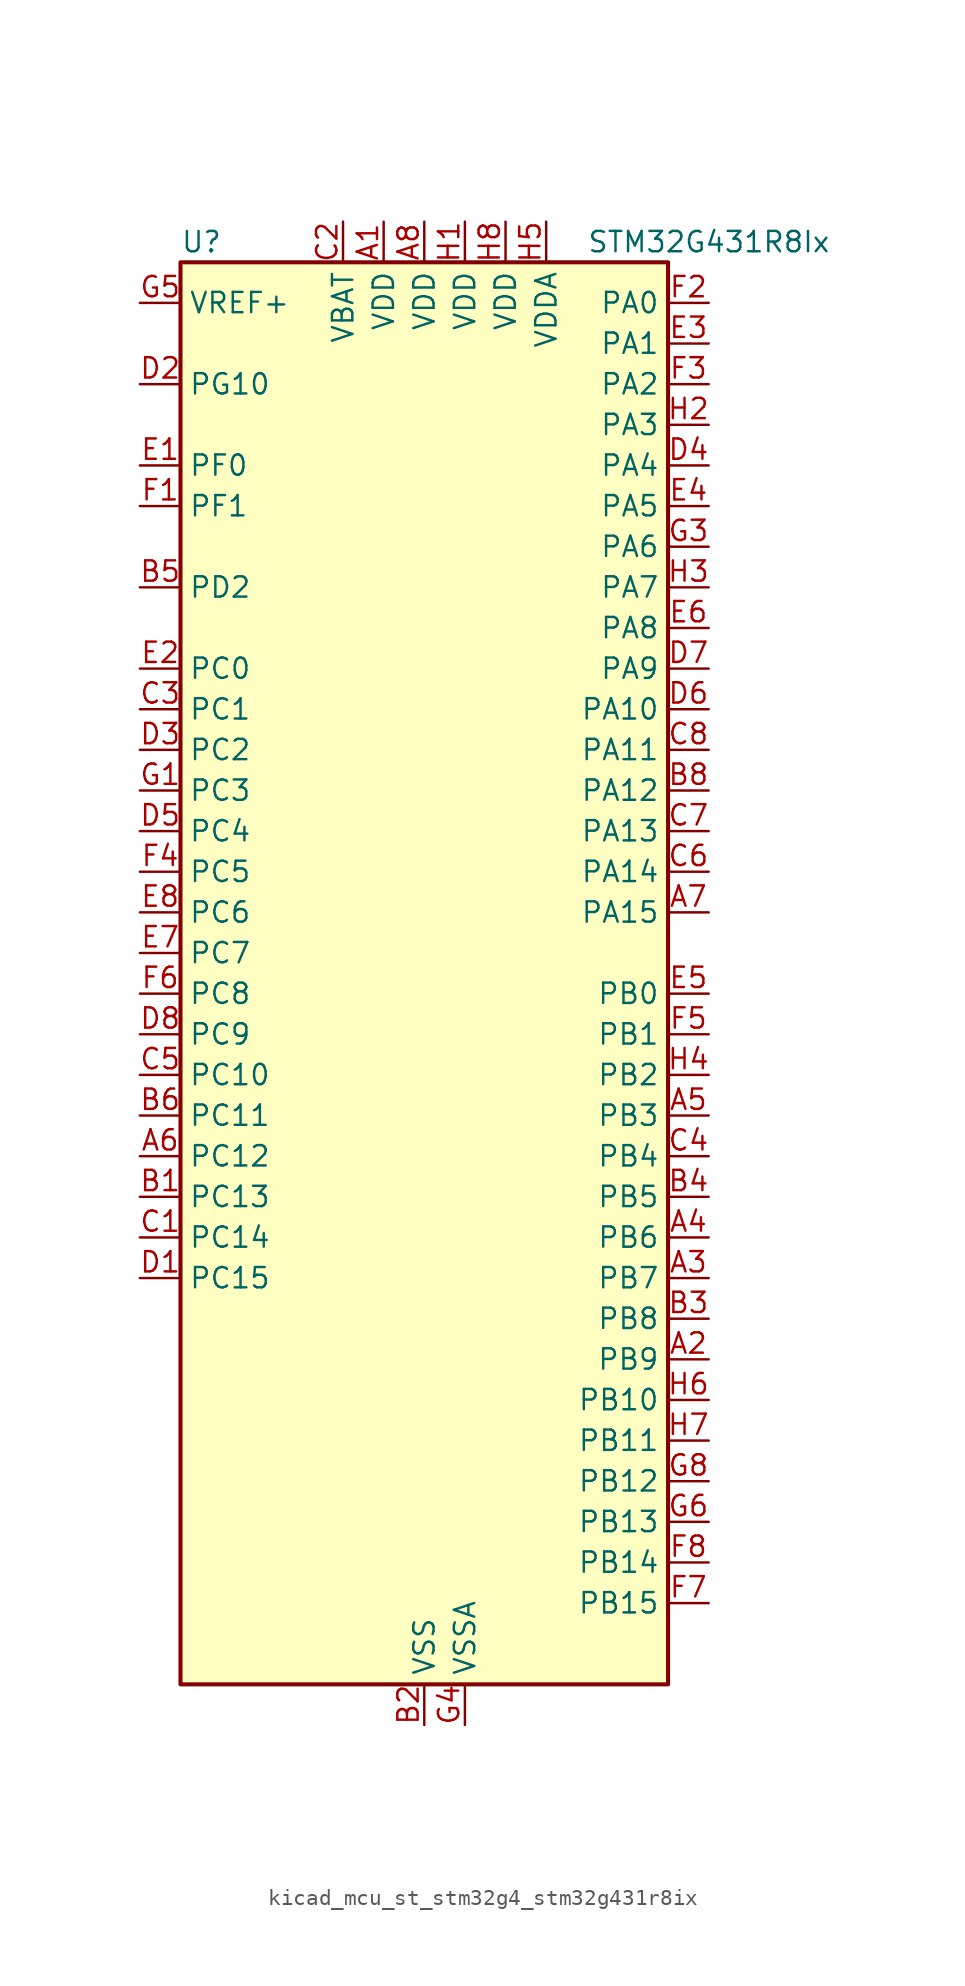
<source format=kicad_sym>
(kicad_symbol_lib
  (version 20220914)
  (generator kicad_symbol_editor)
  (symbol "kicad_mcu_st_stm32g4_stm32g431r8ix"
    (property "Reference" "U"
      (at -15.24 46.99 0)
      (effects (font (size 1.27 1.27)) (justify left)))
    (property "Value" "STM32G431R8Ix"
      (at 10.16 46.99 0)
      (effects (font (size 1.27 1.27)) (justify left)))
    (property "ki_locked" ""
      (at 0 0 0)
      (effects (font (size 1.27 1.27))))
    (symbol "kicad_mcu_st_stm32g4_stm32g431r8ix_0_1"
      (rectangle (start -15.24 -43.18) (end 15.24 45.72) (stroke (width 0.254) (type default)) (fill (type background))))
    (symbol "kicad_mcu_st_stm32g4_stm32g431r8ix_1_1"
      (pin power_in line (at -2.54 48.26 270) (length 2.54) (name "VDD" (effects (font (size 1.27 1.27)))) (number "A1" (effects (font (size 1.27 1.27)))))
      (pin bidirectional line (at 17.78 -22.86 180) (length 2.54) (name "PB9" (effects (font (size 1.27 1.27)))) (number "A2" (effects (font (size 1.27 1.27)))) (alternate "COMP2_OUT" bidirectional line) (alternate "DAC1_EXTI9" bidirectional line) (alternate "DAC3_EXTI9" bidirectional line) (alternate "FDCAN1_TX" bidirectional line) (alternate "I2C1_SDA" bidirectional line) (alternate "IR_OUT" bidirectional line) (alternate "SAI1_D2" bidirectional line) (alternate "SAI1_FS_A" bidirectional line) (alternate "TIM17_CH1" bidirectional line) (alternate "TIM1_CH3N" bidirectional line) (alternate "TIM4_CH4" bidirectional line) (alternate "TIM8_CH3" bidirectional line) (alternate "USART3_TX" bidirectional line))
      (pin bidirectional line (at 17.78 -17.78 180) (length 2.54) (name "PB7" (effects (font (size 1.27 1.27)))) (number "A3" (effects (font (size 1.27 1.27)))) (alternate "COMP3_OUT" bidirectional line) (alternate "I2C1_SDA" bidirectional line) (alternate "LPTIM1_IN2" bidirectional line) (alternate "SYS_PVD_IN" bidirectional line) (alternate "TIM17_CH1N" bidirectional line) (alternate "TIM3_CH4" bidirectional line) (alternate "TIM4_CH2" bidirectional line) (alternate "TIM8_BKIN" bidirectional line) (alternate "UART4_CTS" bidirectional line) (alternate "USART1_RX" bidirectional line))
      (pin bidirectional line (at 17.78 -15.24 180) (length 2.54) (name "PB6" (effects (font (size 1.27 1.27)))) (number "A4" (effects (font (size 1.27 1.27)))) (alternate "COMP4_OUT" bidirectional line) (alternate "LPTIM1_ETR" bidirectional line) (alternate "SAI1_FS_B" bidirectional line) (alternate "TIM16_CH1N" bidirectional line) (alternate "TIM4_CH1" bidirectional line) (alternate "TIM8_BKIN2" bidirectional line) (alternate "TIM8_CH1" bidirectional line) (alternate "TIM8_ETR" bidirectional line) (alternate "UCPD1_CC1" bidirectional line) (alternate "USART1_TX" bidirectional line))
      (pin bidirectional line (at 17.78 -7.62 180) (length 2.54) (name "PB3" (effects (font (size 1.27 1.27)))) (number "A5" (effects (font (size 1.27 1.27)))) (alternate "CRS_SYNC" bidirectional line) (alternate "I2S3_CK" bidirectional line) (alternate "SAI1_SCK_B" bidirectional line) (alternate "SPI1_SCK" bidirectional line) (alternate "SPI3_SCK" bidirectional line) (alternate "SYS_JTDO-SWO" bidirectional line) (alternate "TIM2_CH2" bidirectional line) (alternate "TIM3_ETR" bidirectional line) (alternate "TIM4_ETR" bidirectional line) (alternate "TIM8_CH1N" bidirectional line) (alternate "USART2_TX" bidirectional line))
      (pin bidirectional line (at -17.78 -10.16 0) (length 2.54) (name "PC12" (effects (font (size 1.27 1.27)))) (number "A6" (effects (font (size 1.27 1.27)))) (alternate "I2S3_SD" bidirectional line) (alternate "SPI3_MOSI" bidirectional line) (alternate "TIM8_CH3N" bidirectional line) (alternate "UCPD1_FRSTX1" bidirectional line) (alternate "UCPD1_FRSTX2" bidirectional line) (alternate "USART3_CK" bidirectional line))
      (pin bidirectional line (at 17.78 5.08 180) (length 2.54) (name "PA15" (effects (font (size 1.27 1.27)))) (number "A7" (effects (font (size 1.27 1.27)))) (alternate "ADC1_EXTI15" bidirectional line) (alternate "ADC2_EXTI15" bidirectional line) (alternate "I2C1_SCL" bidirectional line) (alternate "I2S3_WS" bidirectional line) (alternate "SPI1_NSS" bidirectional line) (alternate "SPI3_NSS" bidirectional line) (alternate "SYS_JTDI" bidirectional line) (alternate "TIM1_BKIN" bidirectional line) (alternate "TIM2_CH1" bidirectional line) (alternate "TIM2_ETR" bidirectional line) (alternate "TIM8_CH1" bidirectional line) (alternate "UART4_DE" bidirectional line) (alternate "UART4_RTS" bidirectional line) (alternate "USART2_RX" bidirectional line))
      (pin power_in line (at 0 48.26 270) (length 2.54) (name "VDD" (effects (font (size 1.27 1.27)))) (number "A8" (effects (font (size 1.27 1.27)))))
      (pin bidirectional line (at -17.78 -12.7 0) (length 2.54) (name "PC13" (effects (font (size 1.27 1.27)))) (number "B1" (effects (font (size 1.27 1.27)))) (alternate "RTC_OUT1" bidirectional line) (alternate "RTC_TAMP1" bidirectional line) (alternate "RTC_TS" bidirectional line) (alternate "SYS_WKUP2" bidirectional line) (alternate "TIM1_BKIN" bidirectional line) (alternate "TIM1_CH1N" bidirectional line) (alternate "TIM8_CH4N" bidirectional line))
      (pin power_in line (at 0 -45.72 90) (length 2.54) (name "VSS" (effects (font (size 1.27 1.27)))) (number "B2" (effects (font (size 1.27 1.27)))))
      (pin bidirectional line (at 17.78 -20.32 180) (length 2.54) (name "PB8" (effects (font (size 1.27 1.27)))) (number "B3" (effects (font (size 1.27 1.27)))) (alternate "COMP1_OUT" bidirectional line) (alternate "FDCAN1_RX" bidirectional line) (alternate "I2C1_SCL" bidirectional line) (alternate "SAI1_CK1" bidirectional line) (alternate "SAI1_MCLK_A" bidirectional line) (alternate "TIM16_CH1" bidirectional line) (alternate "TIM1_BKIN" bidirectional line) (alternate "TIM4_CH3" bidirectional line) (alternate "TIM8_CH2" bidirectional line) (alternate "USART3_RX" bidirectional line))
      (pin bidirectional line (at 17.78 -12.7 180) (length 2.54) (name "PB5" (effects (font (size 1.27 1.27)))) (number "B4" (effects (font (size 1.27 1.27)))) (alternate "I2C1_SMBA" bidirectional line) (alternate "I2C3_SDA" bidirectional line) (alternate "I2S3_SD" bidirectional line) (alternate "LPTIM1_IN1" bidirectional line) (alternate "SAI1_SD_B" bidirectional line) (alternate "SPI1_MOSI" bidirectional line) (alternate "SPI3_MOSI" bidirectional line) (alternate "TIM16_BKIN" bidirectional line) (alternate "TIM17_CH1" bidirectional line) (alternate "TIM3_CH2" bidirectional line) (alternate "TIM8_CH3N" bidirectional line) (alternate "USART2_CK" bidirectional line))
      (pin bidirectional line (at -17.78 25.4 0) (length 2.54) (name "PD2" (effects (font (size 1.27 1.27)))) (number "B5" (effects (font (size 1.27 1.27)))) (alternate "TIM3_ETR" bidirectional line) (alternate "TIM8_BKIN" bidirectional line))
      (pin bidirectional line (at -17.78 -7.62 0) (length 2.54) (name "PC11" (effects (font (size 1.27 1.27)))) (number "B6" (effects (font (size 1.27 1.27)))) (alternate "ADC1_EXTI11" bidirectional line) (alternate "ADC2_EXTI11" bidirectional line) (alternate "I2C3_SDA" bidirectional line) (alternate "SPI3_MISO" bidirectional line) (alternate "TIM8_CH2N" bidirectional line) (alternate "UART4_RX" bidirectional line) (alternate "USART3_RX" bidirectional line))
      (pin passive line (at 0 -45.72 90) (length 2.54) hide (name "VSS" (effects (font (size 1.27 1.27)))) (number "B7" (effects (font (size 1.27 1.27)))))
      (pin bidirectional line (at 17.78 12.7 180) (length 2.54) (name "PA12" (effects (font (size 1.27 1.27)))) (number "B8" (effects (font (size 1.27 1.27)))) (alternate "COMP2_OUT" bidirectional line) (alternate "FDCAN1_TX" bidirectional line) (alternate "I2S_CKIN" bidirectional line) (alternate "TIM16_CH1" bidirectional line) (alternate "TIM1_CH2N" bidirectional line) (alternate "TIM1_ETR" bidirectional line) (alternate "TIM4_CH2" bidirectional line) (alternate "USART1_DE" bidirectional line) (alternate "USART1_RTS" bidirectional line) (alternate "USB_DP" bidirectional line))
      (pin bidirectional line (at -17.78 -15.24 0) (length 2.54) (name "PC14" (effects (font (size 1.27 1.27)))) (number "C1" (effects (font (size 1.27 1.27)))) (alternate "RCC_OSC32_IN" bidirectional line))
      (pin power_in line (at -5.08 48.26 270) (length 2.54) (name "VBAT" (effects (font (size 1.27 1.27)))) (number "C2" (effects (font (size 1.27 1.27)))))
      (pin bidirectional line (at -17.78 17.78 0) (length 2.54) (name "PC1" (effects (font (size 1.27 1.27)))) (number "C3" (effects (font (size 1.27 1.27)))) (alternate "ADC1_IN7" bidirectional line) (alternate "ADC2_IN7" bidirectional line) (alternate "COMP3_INP" bidirectional line) (alternate "LPTIM1_OUT" bidirectional line) (alternate "LPUART1_TX" bidirectional line) (alternate "SAI1_SD_A" bidirectional line) (alternate "TIM1_CH2" bidirectional line))
      (pin bidirectional line (at 17.78 -10.16 180) (length 2.54) (name "PB4" (effects (font (size 1.27 1.27)))) (number "C4" (effects (font (size 1.27 1.27)))) (alternate "SAI1_MCLK_B" bidirectional line) (alternate "SPI1_MISO" bidirectional line) (alternate "SPI3_MISO" bidirectional line) (alternate "SYS_JTRST" bidirectional line) (alternate "TIM16_CH1" bidirectional line) (alternate "TIM17_BKIN" bidirectional line) (alternate "TIM3_CH1" bidirectional line) (alternate "TIM8_CH2N" bidirectional line) (alternate "UCPD1_CC2" bidirectional line) (alternate "USART2_RX" bidirectional line))
      (pin bidirectional line (at -17.78 -5.08 0) (length 2.54) (name "PC10" (effects (font (size 1.27 1.27)))) (number "C5" (effects (font (size 1.27 1.27)))) (alternate "DAC1_EXTI10" bidirectional line) (alternate "DAC3_EXTI10" bidirectional line) (alternate "I2S3_CK" bidirectional line) (alternate "SPI3_SCK" bidirectional line) (alternate "TIM8_CH1N" bidirectional line) (alternate "UART4_TX" bidirectional line) (alternate "USART3_TX" bidirectional line))
      (pin bidirectional line (at 17.78 7.62 180) (length 2.54) (name "PA14" (effects (font (size 1.27 1.27)))) (number "C6" (effects (font (size 1.27 1.27)))) (alternate "I2C1_SDA" bidirectional line) (alternate "LPTIM1_OUT" bidirectional line) (alternate "SAI1_FS_B" bidirectional line) (alternate "SYS_JTCK-SWCLK" bidirectional line) (alternate "TIM1_BKIN" bidirectional line) (alternate "TIM8_CH2" bidirectional line) (alternate "USART2_TX" bidirectional line))
      (pin bidirectional line (at 17.78 10.16 180) (length 2.54) (name "PA13" (effects (font (size 1.27 1.27)))) (number "C7" (effects (font (size 1.27 1.27)))) (alternate "I2C1_SCL" bidirectional line) (alternate "IR_OUT" bidirectional line) (alternate "SAI1_SD_B" bidirectional line) (alternate "SYS_JTMS-SWDIO" bidirectional line) (alternate "TIM16_CH1N" bidirectional line) (alternate "TIM4_CH3" bidirectional line) (alternate "USART3_CTS" bidirectional line) (alternate "USART3_NSS" bidirectional line))
      (pin bidirectional line (at 17.78 15.24 180) (length 2.54) (name "PA11" (effects (font (size 1.27 1.27)))) (number "C8" (effects (font (size 1.27 1.27)))) (alternate "ADC1_EXTI11" bidirectional line) (alternate "ADC2_EXTI11" bidirectional line) (alternate "COMP1_OUT" bidirectional line) (alternate "FDCAN1_RX" bidirectional line) (alternate "I2S2_SD" bidirectional line) (alternate "SPI2_MOSI" bidirectional line) (alternate "TIM1_BKIN2" bidirectional line) (alternate "TIM1_CH1N" bidirectional line) (alternate "TIM1_CH4" bidirectional line) (alternate "TIM4_CH1" bidirectional line) (alternate "USART1_CTS" bidirectional line) (alternate "USART1_NSS" bidirectional line) (alternate "USB_DM" bidirectional line))
      (pin bidirectional line (at -17.78 -17.78 0) (length 2.54) (name "PC15" (effects (font (size 1.27 1.27)))) (number "D1" (effects (font (size 1.27 1.27)))) (alternate "ADC1_EXTI15" bidirectional line) (alternate "ADC2_EXTI15" bidirectional line) (alternate "RCC_OSC32_OUT" bidirectional line))
      (pin bidirectional line (at -17.78 38.1 0) (length 2.54) (name "PG10" (effects (font (size 1.27 1.27)))) (number "D2" (effects (font (size 1.27 1.27)))) (alternate "DAC1_EXTI10" bidirectional line) (alternate "DAC3_EXTI10" bidirectional line) (alternate "RCC_MCO" bidirectional line))
      (pin bidirectional line (at -17.78 15.24 0) (length 2.54) (name "PC2" (effects (font (size 1.27 1.27)))) (number "D3" (effects (font (size 1.27 1.27)))) (alternate "ADC1_IN8" bidirectional line) (alternate "ADC2_IN8" bidirectional line) (alternate "COMP3_OUT" bidirectional line) (alternate "LPTIM1_IN2" bidirectional line) (alternate "TIM1_CH3" bidirectional line))
      (pin bidirectional line (at 17.78 33.02 180) (length 2.54) (name "PA4" (effects (font (size 1.27 1.27)))) (number "D4" (effects (font (size 1.27 1.27)))) (alternate "ADC2_IN17" bidirectional line) (alternate "COMP1_INM" bidirectional line) (alternate "DAC1_OUT1" bidirectional line) (alternate "I2S3_WS" bidirectional line) (alternate "SAI1_FS_B" bidirectional line) (alternate "SPI1_NSS" bidirectional line) (alternate "SPI3_NSS" bidirectional line) (alternate "TIM3_CH2" bidirectional line) (alternate "USART2_CK" bidirectional line))
      (pin bidirectional line (at -17.78 10.16 0) (length 2.54) (name "PC4" (effects (font (size 1.27 1.27)))) (number "D5" (effects (font (size 1.27 1.27)))) (alternate "ADC2_IN5" bidirectional line) (alternate "I2C2_SCL" bidirectional line) (alternate "TIM1_ETR" bidirectional line) (alternate "USART1_TX" bidirectional line))
      (pin bidirectional line (at 17.78 17.78 180) (length 2.54) (name "PA10" (effects (font (size 1.27 1.27)))) (number "D6" (effects (font (size 1.27 1.27)))) (alternate "CRS_SYNC" bidirectional line) (alternate "DAC1_EXTI10" bidirectional line) (alternate "DAC3_EXTI10" bidirectional line) (alternate "I2C2_SMBA" bidirectional line) (alternate "SAI1_D1" bidirectional line) (alternate "SAI1_SD_A" bidirectional line) (alternate "SPI2_MISO" bidirectional line) (alternate "TIM17_BKIN" bidirectional line) (alternate "TIM1_CH3" bidirectional line) (alternate "TIM2_CH4" bidirectional line) (alternate "TIM8_BKIN" bidirectional line) (alternate "UCPD1_DBCC2" bidirectional line) (alternate "USART1_RX" bidirectional line))
      (pin bidirectional line (at 17.78 20.32 180) (length 2.54) (name "PA9" (effects (font (size 1.27 1.27)))) (number "D7" (effects (font (size 1.27 1.27)))) (alternate "DAC1_EXTI9" bidirectional line) (alternate "DAC3_EXTI9" bidirectional line) (alternate "I2C2_SCL" bidirectional line) (alternate "I2C3_SMBA" bidirectional line) (alternate "I2S3_MCK" bidirectional line) (alternate "SAI1_FS_A" bidirectional line) (alternate "TIM15_BKIN" bidirectional line) (alternate "TIM1_CH2" bidirectional line) (alternate "TIM2_CH3" bidirectional line) (alternate "UCPD1_DBCC1" bidirectional line) (alternate "USART1_TX" bidirectional line))
      (pin bidirectional line (at -17.78 -2.54 0) (length 2.54) (name "PC9" (effects (font (size 1.27 1.27)))) (number "D8" (effects (font (size 1.27 1.27)))) (alternate "DAC1_EXTI9" bidirectional line) (alternate "DAC3_EXTI9" bidirectional line) (alternate "I2C3_SDA" bidirectional line) (alternate "I2S_CKIN" bidirectional line) (alternate "TIM3_CH4" bidirectional line) (alternate "TIM8_BKIN2" bidirectional line) (alternate "TIM8_CH4" bidirectional line))
      (pin bidirectional line (at -17.78 33.02 0) (length 2.54) (name "PF0" (effects (font (size 1.27 1.27)))) (number "E1" (effects (font (size 1.27 1.27)))) (alternate "ADC1_IN10" bidirectional line) (alternate "I2C2_SDA" bidirectional line) (alternate "I2S2_WS" bidirectional line) (alternate "RCC_OSC_IN" bidirectional line) (alternate "SPI2_NSS" bidirectional line) (alternate "TIM1_CH3N" bidirectional line))
      (pin bidirectional line (at -17.78 20.32 0) (length 2.54) (name "PC0" (effects (font (size 1.27 1.27)))) (number "E2" (effects (font (size 1.27 1.27)))) (alternate "ADC1_IN6" bidirectional line) (alternate "ADC2_IN6" bidirectional line) (alternate "COMP3_INM" bidirectional line) (alternate "LPTIM1_IN1" bidirectional line) (alternate "LPUART1_RX" bidirectional line) (alternate "TIM1_CH1" bidirectional line))
      (pin bidirectional line (at 17.78 40.64 180) (length 2.54) (name "PA1" (effects (font (size 1.27 1.27)))) (number "E3" (effects (font (size 1.27 1.27)))) (alternate "ADC1_IN2" bidirectional line) (alternate "ADC2_IN2" bidirectional line) (alternate "COMP1_INP" bidirectional line) (alternate "OPAMP1_VINP" bidirectional line) (alternate "OPAMP1_VINP_SEC" bidirectional line) (alternate "OPAMP3_VINP" bidirectional line) (alternate "OPAMP3_VINP_SEC" bidirectional line) (alternate "RTC_REFIN" bidirectional line) (alternate "TIM15_CH1N" bidirectional line) (alternate "TIM2_CH2" bidirectional line) (alternate "USART2_DE" bidirectional line) (alternate "USART2_RTS" bidirectional line))
      (pin bidirectional line (at 17.78 30.48 180) (length 2.54) (name "PA5" (effects (font (size 1.27 1.27)))) (number "E4" (effects (font (size 1.27 1.27)))) (alternate "ADC2_IN13" bidirectional line) (alternate "COMP2_INM" bidirectional line) (alternate "DAC1_OUT2" bidirectional line) (alternate "OPAMP2_VINM" bidirectional line) (alternate "OPAMP2_VINM0" bidirectional line) (alternate "OPAMP2_VINM_SEC" bidirectional line) (alternate "SPI1_SCK" bidirectional line) (alternate "TIM2_CH1" bidirectional line) (alternate "TIM2_ETR" bidirectional line) (alternate "UCPD1_FRSTX1" bidirectional line) (alternate "UCPD1_FRSTX2" bidirectional line))
      (pin bidirectional line (at 17.78 0 180) (length 2.54) (name "PB0" (effects (font (size 1.27 1.27)))) (number "E5" (effects (font (size 1.27 1.27)))) (alternate "ADC1_IN15" bidirectional line) (alternate "COMP4_INP" bidirectional line) (alternate "OPAMP2_VINP" bidirectional line) (alternate "OPAMP2_VINP_SEC" bidirectional line) (alternate "OPAMP3_VINP" bidirectional line) (alternate "OPAMP3_VINP_SEC" bidirectional line) (alternate "TIM1_CH2N" bidirectional line) (alternate "TIM3_CH3" bidirectional line) (alternate "TIM8_CH2N" bidirectional line) (alternate "UCPD1_FRSTX1" bidirectional line) (alternate "UCPD1_FRSTX2" bidirectional line))
      (pin bidirectional line (at 17.78 22.86 180) (length 2.54) (name "PA8" (effects (font (size 1.27 1.27)))) (number "E6" (effects (font (size 1.27 1.27)))) (alternate "I2C2_SDA" bidirectional line) (alternate "I2C3_SCL" bidirectional line) (alternate "I2S2_MCK" bidirectional line) (alternate "RCC_MCO" bidirectional line) (alternate "SAI1_CK2" bidirectional line) (alternate "SAI1_SCK_A" bidirectional line) (alternate "TIM1_CH1" bidirectional line) (alternate "TIM4_ETR" bidirectional line) (alternate "USART1_CK" bidirectional line))
      (pin bidirectional line (at -17.78 2.54 0) (length 2.54) (name "PC7" (effects (font (size 1.27 1.27)))) (number "E7" (effects (font (size 1.27 1.27)))) (alternate "I2S3_MCK" bidirectional line) (alternate "TIM3_CH2" bidirectional line) (alternate "TIM8_CH2" bidirectional line))
      (pin bidirectional line (at -17.78 5.08 0) (length 2.54) (name "PC6" (effects (font (size 1.27 1.27)))) (number "E8" (effects (font (size 1.27 1.27)))) (alternate "I2S2_MCK" bidirectional line) (alternate "TIM3_CH1" bidirectional line) (alternate "TIM8_CH1" bidirectional line))
      (pin bidirectional line (at -17.78 30.48 0) (length 2.54) (name "PF1" (effects (font (size 1.27 1.27)))) (number "F1" (effects (font (size 1.27 1.27)))) (alternate "ADC2_IN10" bidirectional line) (alternate "COMP3_INM" bidirectional line) (alternate "I2S2_CK" bidirectional line) (alternate "RCC_OSC_OUT" bidirectional line) (alternate "SPI2_SCK" bidirectional line))
      (pin bidirectional line (at 17.78 43.18 180) (length 2.54) (name "PA0" (effects (font (size 1.27 1.27)))) (number "F2" (effects (font (size 1.27 1.27)))) (alternate "ADC1_IN1" bidirectional line) (alternate "ADC2_IN1" bidirectional line) (alternate "COMP1_INM" bidirectional line) (alternate "COMP1_OUT" bidirectional line) (alternate "COMP3_INP" bidirectional line) (alternate "RTC_TAMP2" bidirectional line) (alternate "SYS_WKUP1" bidirectional line) (alternate "TIM2_CH1" bidirectional line) (alternate "TIM2_ETR" bidirectional line) (alternate "TIM8_BKIN" bidirectional line) (alternate "TIM8_ETR" bidirectional line) (alternate "USART2_CTS" bidirectional line) (alternate "USART2_NSS" bidirectional line))
      (pin bidirectional line (at 17.78 38.1 180) (length 2.54) (name "PA2" (effects (font (size 1.27 1.27)))) (number "F3" (effects (font (size 1.27 1.27)))) (alternate "ADC1_IN3" bidirectional line) (alternate "COMP2_INM" bidirectional line) (alternate "COMP2_OUT" bidirectional line) (alternate "LPUART1_TX" bidirectional line) (alternate "OPAMP1_VOUT" bidirectional line) (alternate "RCC_LSCO" bidirectional line) (alternate "SYS_WKUP4" bidirectional line) (alternate "TIM15_CH1" bidirectional line) (alternate "TIM2_CH3" bidirectional line) (alternate "UCPD1_FRSTX1" bidirectional line) (alternate "UCPD1_FRSTX2" bidirectional line) (alternate "USART2_TX" bidirectional line))
      (pin bidirectional line (at -17.78 7.62 0) (length 2.54) (name "PC5" (effects (font (size 1.27 1.27)))) (number "F4" (effects (font (size 1.27 1.27)))) (alternate "ADC2_IN11" bidirectional line) (alternate "OPAMP1_VINM" bidirectional line) (alternate "OPAMP1_VINM1" bidirectional line) (alternate "OPAMP1_VINM_SEC" bidirectional line) (alternate "OPAMP2_VINM" bidirectional line) (alternate "OPAMP2_VINM1" bidirectional line) (alternate "OPAMP2_VINM_SEC" bidirectional line) (alternate "SAI1_D3" bidirectional line) (alternate "SYS_WKUP5" bidirectional line) (alternate "TIM15_BKIN" bidirectional line) (alternate "TIM1_CH4N" bidirectional line) (alternate "USART1_RX" bidirectional line))
      (pin bidirectional line (at 17.78 -2.54 180) (length 2.54) (name "PB1" (effects (font (size 1.27 1.27)))) (number "F5" (effects (font (size 1.27 1.27)))) (alternate "ADC1_IN12" bidirectional line) (alternate "COMP1_INP" bidirectional line) (alternate "COMP4_OUT" bidirectional line) (alternate "LPUART1_DE" bidirectional line) (alternate "LPUART1_RTS" bidirectional line) (alternate "OPAMP3_VOUT" bidirectional line) (alternate "TIM1_CH3N" bidirectional line) (alternate "TIM3_CH4" bidirectional line) (alternate "TIM8_CH3N" bidirectional line))
      (pin bidirectional line (at -17.78 0 0) (length 2.54) (name "PC8" (effects (font (size 1.27 1.27)))) (number "F6" (effects (font (size 1.27 1.27)))) (alternate "I2C3_SCL" bidirectional line) (alternate "TIM3_CH3" bidirectional line) (alternate "TIM8_CH3" bidirectional line))
      (pin bidirectional line (at 17.78 -38.1 180) (length 2.54) (name "PB15" (effects (font (size 1.27 1.27)))) (number "F7" (effects (font (size 1.27 1.27)))) (alternate "ADC1_EXTI15" bidirectional line) (alternate "ADC2_EXTI15" bidirectional line) (alternate "ADC2_IN15" bidirectional line) (alternate "COMP3_OUT" bidirectional line) (alternate "I2S2_SD" bidirectional line) (alternate "RTC_REFIN" bidirectional line) (alternate "SPI2_MOSI" bidirectional line) (alternate "TIM15_CH1N" bidirectional line) (alternate "TIM15_CH2" bidirectional line) (alternate "TIM1_CH3N" bidirectional line))
      (pin bidirectional line (at 17.78 -35.56 180) (length 2.54) (name "PB14" (effects (font (size 1.27 1.27)))) (number "F8" (effects (font (size 1.27 1.27)))) (alternate "ADC1_IN5" bidirectional line) (alternate "COMP4_OUT" bidirectional line) (alternate "OPAMP2_VINP" bidirectional line) (alternate "OPAMP2_VINP_SEC" bidirectional line) (alternate "SPI2_MISO" bidirectional line) (alternate "TIM15_CH1" bidirectional line) (alternate "TIM1_CH2N" bidirectional line) (alternate "USART3_DE" bidirectional line) (alternate "USART3_RTS" bidirectional line))
      (pin bidirectional line (at -17.78 12.7 0) (length 2.54) (name "PC3" (effects (font (size 1.27 1.27)))) (number "G1" (effects (font (size 1.27 1.27)))) (alternate "ADC1_IN9" bidirectional line) (alternate "ADC2_IN9" bidirectional line) (alternate "LPTIM1_ETR" bidirectional line) (alternate "SAI1_D1" bidirectional line) (alternate "SAI1_SD_A" bidirectional line) (alternate "TIM1_BKIN2" bidirectional line) (alternate "TIM1_CH4" bidirectional line))
      (pin passive line (at 0 -45.72 90) (length 2.54) hide (name "VSS" (effects (font (size 1.27 1.27)))) (number "G2" (effects (font (size 1.27 1.27)))))
      (pin bidirectional line (at 17.78 27.94 180) (length 2.54) (name "PA6" (effects (font (size 1.27 1.27)))) (number "G3" (effects (font (size 1.27 1.27)))) (alternate "ADC2_IN3" bidirectional line) (alternate "COMP1_OUT" bidirectional line) (alternate "LPUART1_CTS" bidirectional line) (alternate "OPAMP2_VOUT" bidirectional line) (alternate "SPI1_MISO" bidirectional line) (alternate "TIM16_CH1" bidirectional line) (alternate "TIM1_BKIN" bidirectional line) (alternate "TIM3_CH1" bidirectional line) (alternate "TIM8_BKIN" bidirectional line))
      (pin power_in line (at 2.54 -45.72 90) (length 2.54) (name "VSSA" (effects (font (size 1.27 1.27)))) (number "G4" (effects (font (size 1.27 1.27)))))
      (pin input line (at -17.78 43.18 0) (length 2.54) (name "VREF+" (effects (font (size 1.27 1.27)))) (number "G5" (effects (font (size 1.27 1.27)))) (alternate "VREFBUF_OUT" bidirectional line))
      (pin bidirectional line (at 17.78 -33.02 180) (length 2.54) (name "PB13" (effects (font (size 1.27 1.27)))) (number "G6" (effects (font (size 1.27 1.27)))) (alternate "I2S2_CK" bidirectional line) (alternate "LPUART1_CTS" bidirectional line) (alternate "OPAMP3_VINP" bidirectional line) (alternate "OPAMP3_VINP_SEC" bidirectional line) (alternate "SPI2_SCK" bidirectional line) (alternate "TIM1_CH1N" bidirectional line) (alternate "USART3_CTS" bidirectional line) (alternate "USART3_NSS" bidirectional line))
      (pin passive line (at 0 -45.72 90) (length 2.54) hide (name "VSS" (effects (font (size 1.27 1.27)))) (number "G7" (effects (font (size 1.27 1.27)))))
      (pin bidirectional line (at 17.78 -30.48 180) (length 2.54) (name "PB12" (effects (font (size 1.27 1.27)))) (number "G8" (effects (font (size 1.27 1.27)))) (alternate "ADC1_IN11" bidirectional line) (alternate "I2C2_SMBA" bidirectional line) (alternate "I2S2_WS" bidirectional line) (alternate "LPUART1_DE" bidirectional line) (alternate "LPUART1_RTS" bidirectional line) (alternate "SPI2_NSS" bidirectional line) (alternate "TIM1_BKIN" bidirectional line) (alternate "USART3_CK" bidirectional line))
      (pin power_in line (at 2.54 48.26 270) (length 2.54) (name "VDD" (effects (font (size 1.27 1.27)))) (number "H1" (effects (font (size 1.27 1.27)))))
      (pin bidirectional line (at 17.78 35.56 180) (length 2.54) (name "PA3" (effects (font (size 1.27 1.27)))) (number "H2" (effects (font (size 1.27 1.27)))) (alternate "ADC1_IN4" bidirectional line) (alternate "COMP2_INP" bidirectional line) (alternate "LPUART1_RX" bidirectional line) (alternate "OPAMP1_VINM" bidirectional line) (alternate "OPAMP1_VINM0" bidirectional line) (alternate "OPAMP1_VINM_SEC" bidirectional line) (alternate "OPAMP1_VINP" bidirectional line) (alternate "OPAMP1_VINP_SEC" bidirectional line) (alternate "SAI1_CK1" bidirectional line) (alternate "SAI1_MCLK_A" bidirectional line) (alternate "TIM15_CH2" bidirectional line) (alternate "TIM2_CH4" bidirectional line) (alternate "USART2_RX" bidirectional line))
      (pin bidirectional line (at 17.78 25.4 180) (length 2.54) (name "PA7" (effects (font (size 1.27 1.27)))) (number "H3" (effects (font (size 1.27 1.27)))) (alternate "ADC2_IN4" bidirectional line) (alternate "COMP2_INP" bidirectional line) (alternate "COMP2_OUT" bidirectional line) (alternate "OPAMP1_VINP" bidirectional line) (alternate "OPAMP1_VINP_SEC" bidirectional line) (alternate "OPAMP2_VINP" bidirectional line) (alternate "OPAMP2_VINP_SEC" bidirectional line) (alternate "SPI1_MOSI" bidirectional line) (alternate "TIM17_CH1" bidirectional line) (alternate "TIM1_CH1N" bidirectional line) (alternate "TIM3_CH2" bidirectional line) (alternate "TIM8_CH1N" bidirectional line) (alternate "UCPD1_FRSTX1" bidirectional line) (alternate "UCPD1_FRSTX2" bidirectional line))
      (pin bidirectional line (at 17.78 -5.08 180) (length 2.54) (name "PB2" (effects (font (size 1.27 1.27)))) (number "H4" (effects (font (size 1.27 1.27)))) (alternate "ADC2_IN12" bidirectional line) (alternate "COMP4_INM" bidirectional line) (alternate "I2C3_SMBA" bidirectional line) (alternate "LPTIM1_OUT" bidirectional line) (alternate "OPAMP3_VINM" bidirectional line) (alternate "OPAMP3_VINM0" bidirectional line) (alternate "OPAMP3_VINM_SEC" bidirectional line) (alternate "RTC_OUT2" bidirectional line))
      (pin power_in line (at 7.62 48.26 270) (length 2.54) (name "VDDA" (effects (font (size 1.27 1.27)))) (number "H5" (effects (font (size 1.27 1.27)))))
      (pin bidirectional line (at 17.78 -25.4 180) (length 2.54) (name "PB10" (effects (font (size 1.27 1.27)))) (number "H6" (effects (font (size 1.27 1.27)))) (alternate "DAC1_EXTI10" bidirectional line) (alternate "DAC3_EXTI10" bidirectional line) (alternate "LPUART1_RX" bidirectional line) (alternate "OPAMP3_VINM" bidirectional line) (alternate "OPAMP3_VINM1" bidirectional line) (alternate "OPAMP3_VINM_SEC" bidirectional line) (alternate "SAI1_SCK_A" bidirectional line) (alternate "TIM1_BKIN" bidirectional line) (alternate "TIM2_CH3" bidirectional line) (alternate "USART3_TX" bidirectional line))
      (pin bidirectional line (at 17.78 -27.94 180) (length 2.54) (name "PB11" (effects (font (size 1.27 1.27)))) (number "H7" (effects (font (size 1.27 1.27)))) (alternate "ADC1_EXTI11" bidirectional line) (alternate "ADC1_IN14" bidirectional line) (alternate "ADC2_EXTI11" bidirectional line) (alternate "ADC2_IN14" bidirectional line) (alternate "LPUART1_TX" bidirectional line) (alternate "TIM2_CH4" bidirectional line) (alternate "USART3_RX" bidirectional line))
      (pin power_in line (at 5.08 48.26 270) (length 2.54) (name "VDD" (effects (font (size 1.27 1.27)))) (number "H8" (effects (font (size 1.27 1.27))))))))
</source>
